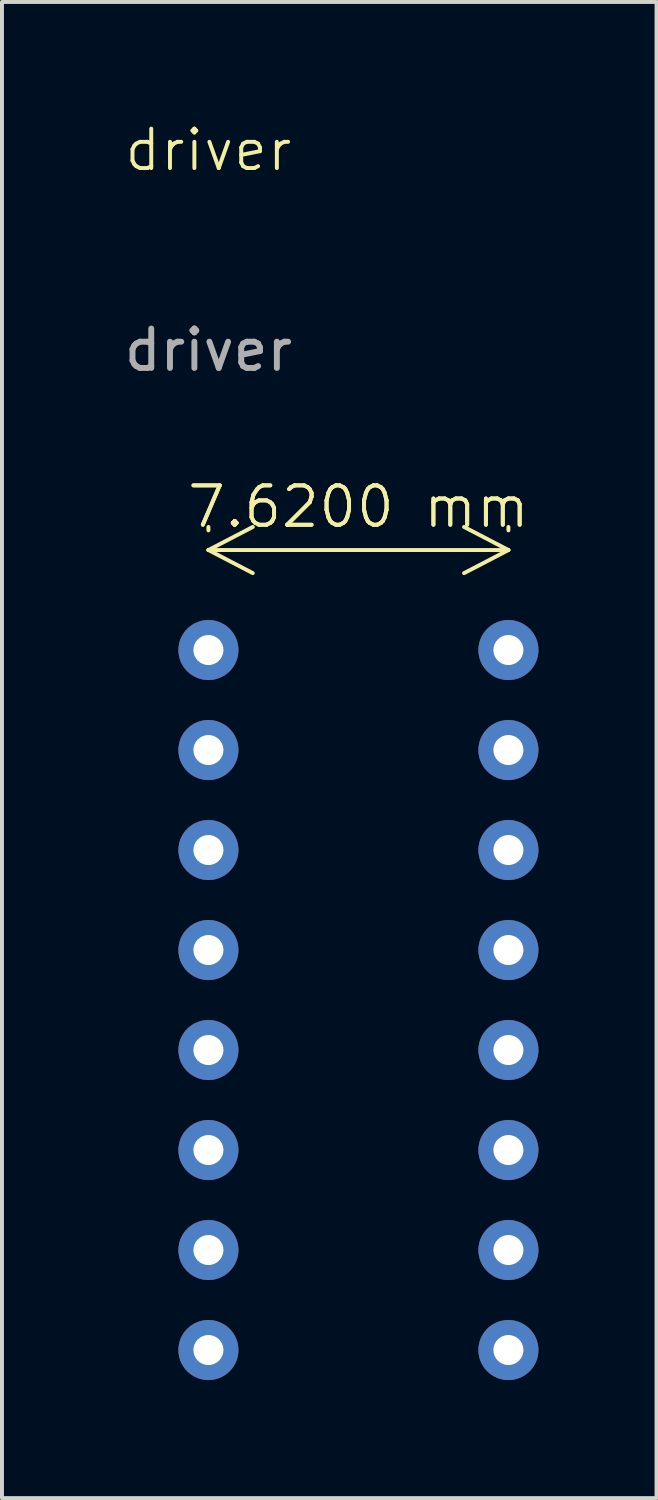
<source format=kicad_pcb>
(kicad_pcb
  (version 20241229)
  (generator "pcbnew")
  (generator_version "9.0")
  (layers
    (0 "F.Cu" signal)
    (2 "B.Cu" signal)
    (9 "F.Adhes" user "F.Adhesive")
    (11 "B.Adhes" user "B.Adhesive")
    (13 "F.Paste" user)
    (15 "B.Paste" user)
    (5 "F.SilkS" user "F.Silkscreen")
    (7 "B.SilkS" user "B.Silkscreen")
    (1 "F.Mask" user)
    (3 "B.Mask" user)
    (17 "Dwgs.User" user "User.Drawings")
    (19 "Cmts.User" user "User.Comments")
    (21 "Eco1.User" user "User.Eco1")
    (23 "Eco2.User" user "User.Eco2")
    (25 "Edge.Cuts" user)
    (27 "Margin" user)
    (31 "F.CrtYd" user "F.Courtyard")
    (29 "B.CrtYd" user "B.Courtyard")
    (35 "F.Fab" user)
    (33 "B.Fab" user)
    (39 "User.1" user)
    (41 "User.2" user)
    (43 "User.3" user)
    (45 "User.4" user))
  (footprint "driver"
    (layer "F.Cu")
    (at 2.244 18.541)
    (property "Reference" "driver" (at 0 -17.78 0) (unlocked yes) (layer "F.SilkS") (effects (font (size 1 1) (thickness 0.1))))
    (attr through_hole)
    (fp_text user "${REFERENCE}" (at 0 -12.7 0) (unlocked yes) (layer "F.Fab") (effects (font (size 1 1) (thickness 0.15))))
    (dimension (type aligned) (layer "F.SilkS") (pts (xy 2.244 10.921) (xy 9.864 10.921)) (height 0) (format (prefix "") (suffix "") (units 3) (units_format 1) (precision 4)) (style (thickness 0.1) (arrow_length 1.27) (text_position_mode 0) (arrow_direction outward) (extension_height 0.586) (extension_offset 0.5) (keep_text_aligned yes)) (gr_text "7.6200 mm" (at 6.054 9.82 0) (layer "F.SilkS") (effects (font (size 1 1) (thickness 0.1)))))
    (pad "1" thru_hole circle (at 0 -5.08) (size 1.524 1.524) (drill 0.762) (layers "*.Cu" "*.Mask"))
    (pad "2" thru_hole circle (at 0 -2.54) (size 1.524 1.524) (drill 0.762) (layers "*.Cu" "*.Mask"))
    (pad "3" thru_hole circle (at 0 0) (size 1.524 1.524) (drill 0.762) (layers "*.Cu" "*.Mask"))
    (pad "4" thru_hole circle (at 0 2.54) (size 1.524 1.524) (drill 0.762) (layers "*.Cu" "*.Mask"))
    (pad "5" thru_hole circle (at 0 5.08) (size 1.524 1.524) (drill 0.762) (layers "*.Cu" "*.Mask"))
    (pad "6" thru_hole circle (at 0 7.62) (size 1.524 1.524) (drill 0.762) (layers "*.Cu" "*.Mask"))
    (pad "7" thru_hole circle (at 0 10.16) (size 1.524 1.524) (drill 0.762) (layers "*.Cu" "*.Mask"))
    (pad "8" thru_hole circle (at 0 12.7) (size 1.524 1.524) (drill 0.762) (layers "*.Cu" "*.Mask"))
    (pad "9" thru_hole circle (at 7.62 -5.08) (size 1.524 1.524) (drill 0.762) (layers "*.Cu" "*.Mask"))
    (pad "10" thru_hole circle (at 7.62 -2.54) (size 1.524 1.524) (drill 0.762) (layers "*.Cu" "*.Mask"))
    (pad "11" thru_hole circle (at 7.62 0) (size 1.524 1.524) (drill 0.762) (layers "*.Cu" "*.Mask"))
    (pad "12" thru_hole circle (at 7.62 2.54) (size 1.524 1.524) (drill 0.762) (layers "*.Cu" "*.Mask"))
    (pad "13" thru_hole circle (at 7.62 5.08) (size 1.524 1.524) (drill 0.762) (layers "*.Cu" "*.Mask"))
    (pad "14" thru_hole circle (at 7.62 7.62) (size 1.524 1.524) (drill 0.762) (layers "*.Cu" "*.Mask"))
    (pad "15" thru_hole circle (at 7.62 10.16) (size 1.524 1.524) (drill 0.762) (layers "*.Cu" "*.Mask"))
    (pad "16" thru_hole circle (at 7.62 12.7) (size 1.524 1.524) (drill 0.762) (layers "*.Cu" "*.Mask")))
  (gr_rect
    (start -3 -3)
    (end 13.626 35.002)
    (stroke (width 0.1) (type default))
    (fill no)
    (layer "Edge.Cuts")))
</source>
